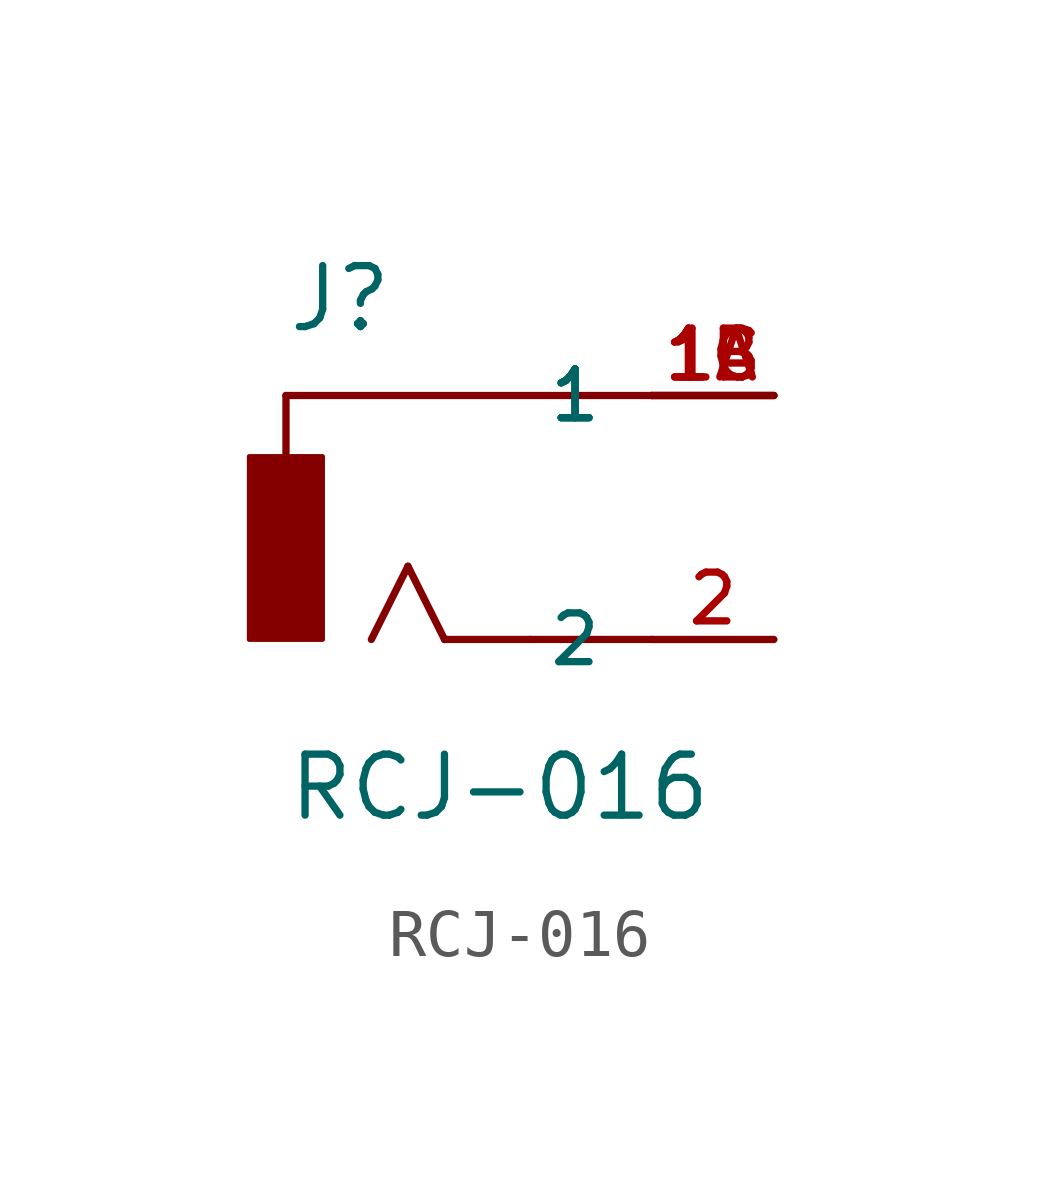
<source format=kicad_sym>
(kicad_symbol_lib
  (version 20211014)
  (generator kicad_symbol_editor)
  (symbol "RCJ-016"
    (pin_names
      (offset 1.016))
    (property "Reference" "J"
      (at -2.541 3.812 0)
      (effects (font (size 1.27 1.27)) (justify bottom left)))
    (property "Value" "RCJ-016"
      (at -2.545 -6.362 0)
      (effects (font (size 1.27 1.27)) (justify bottom left)))
    (symbol "RCJ-016_0_0"
      (polyline (pts (xy 5.08 2.54) (xy -2.54 2.54)) (stroke (width 0.152)))
      (polyline (pts (xy -2.54 2.54) (xy -2.54 1.27)) (stroke (width 0.152)))
      (polyline (pts (xy 5.08 -2.54) (xy 2.54 -2.54)) (stroke (width 0.152)))
      (polyline (pts (xy 2.54 -2.54) (xy 0.762 -2.54)) (stroke (width 0.152)))
      (polyline (pts (xy 0.762 -2.54) (xy 0.0 -1.016)) (stroke (width 0.152)))
      (polyline (pts (xy 0.0 -1.016) (xy -0.762 -2.54)) (stroke (width 0.152)))
      (rectangle (start -3.305 -2.542) (end -1.778 1.27) (stroke (width 0.1)) (fill (type outline)))
      (pin passive line (at 7.62 2.54 180.0) (length 2.54) (name "1" (effects (font (size 1.016 1.016)))) (number "1A" (effects (font (size 1.016 1.016)))))
      (pin passive line (at 7.62 2.54 180.0) (length 2.54) (name "1" (effects (font (size 1.016 1.016)))) (number "1B" (effects (font (size 1.016 1.016)))))
      (pin passive line (at 7.62 2.54 180.0) (length 2.54) (name "1" (effects (font (size 1.016 1.016)))) (number "1C" (effects (font (size 1.016 1.016)))))
      (pin passive line (at 7.62 -2.54 180.0) (length 2.54) (name "2" (effects (font (size 1.016 1.016)))) (number "2" (effects (font (size 1.016 1.016))))))))
</source>
